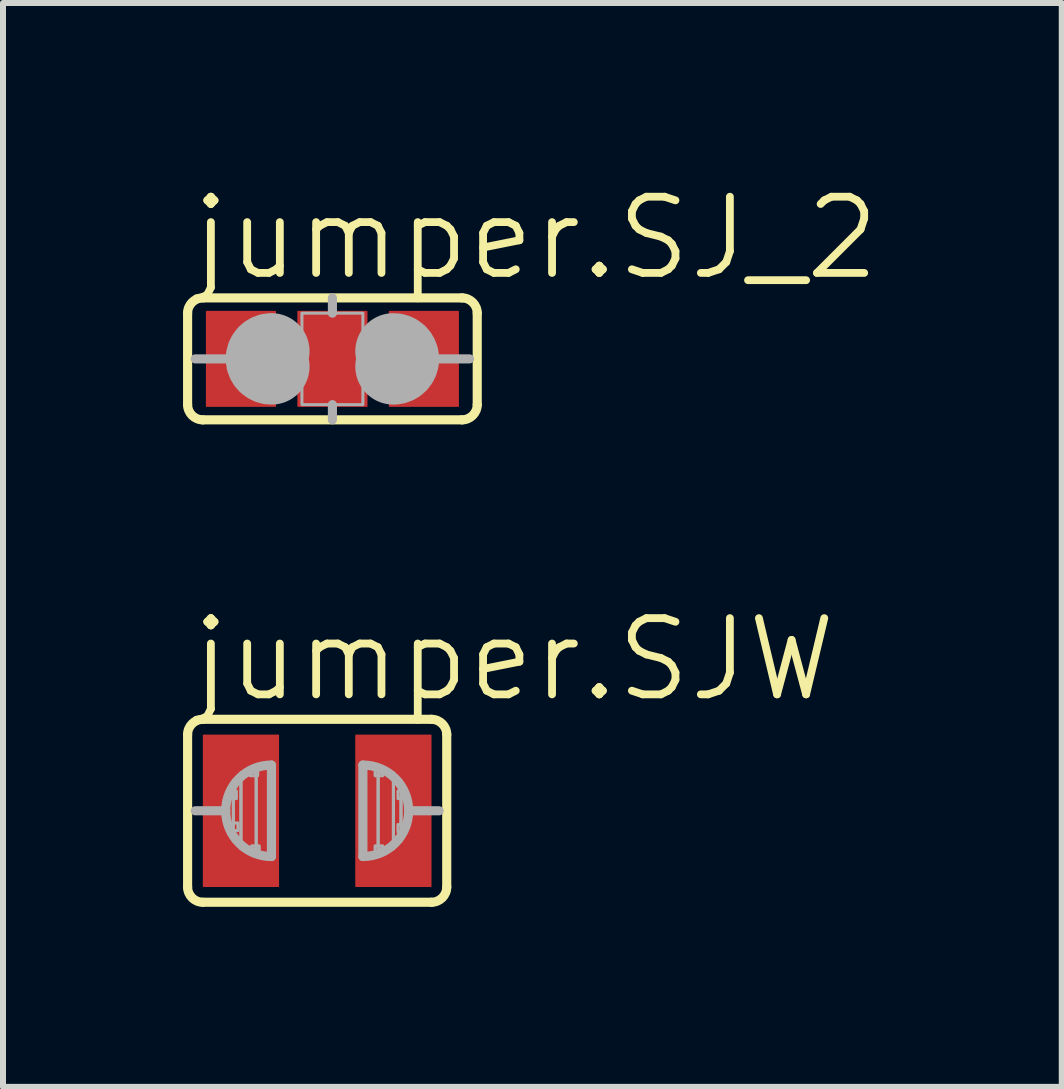
<source format=kicad_pcb>
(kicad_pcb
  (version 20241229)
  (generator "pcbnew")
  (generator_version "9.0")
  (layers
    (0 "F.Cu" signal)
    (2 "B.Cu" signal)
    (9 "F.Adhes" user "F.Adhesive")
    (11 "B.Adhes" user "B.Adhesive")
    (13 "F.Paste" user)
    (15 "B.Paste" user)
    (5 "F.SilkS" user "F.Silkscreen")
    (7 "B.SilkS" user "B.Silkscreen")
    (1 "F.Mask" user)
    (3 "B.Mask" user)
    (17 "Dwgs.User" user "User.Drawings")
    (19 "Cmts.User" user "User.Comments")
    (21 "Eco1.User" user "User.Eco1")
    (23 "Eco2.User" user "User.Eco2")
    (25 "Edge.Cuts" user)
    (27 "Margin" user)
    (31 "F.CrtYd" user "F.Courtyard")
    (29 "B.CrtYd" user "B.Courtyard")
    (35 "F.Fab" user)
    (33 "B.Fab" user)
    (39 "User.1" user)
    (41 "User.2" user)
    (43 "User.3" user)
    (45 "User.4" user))
  (footprint "jumper.SJW"
    (layer "F.Cu")
    (at 2.235 10.46)
    (property "Reference" "jumper.SJW" (at -2.159 -1.778 0) (layer "F.SilkS") (effects (font (size 1.27 1.27) (thickness 0.13)) (justify left bottom)))
    (attr smd)
    (fp_line (start -2.159 1.27) (end -2.159 -1.27) (stroke (width 0.152) (type default)) (layer "F.SilkS"))
    (fp_line (start -1.905 -1.524) (end 1.905 -1.524) (stroke (width 0.152) (type default)) (layer "F.SilkS"))
    (fp_line (start 1.905 1.524) (end -1.905 1.524) (stroke (width 0.152) (type default)) (layer "F.SilkS"))
    (fp_line (start 2.159 1.27) (end 2.159 -1.27) (stroke (width 0.152) (type default)) (layer "F.SilkS"))
    (fp_arc (start -2.159 -1.27) (mid -2.084605 -1.449605) (end -1.905 -1.524) (stroke (width 0.1524) (type default)) (layer "F.SilkS"))
    (fp_arc (start -1.905 1.524) (mid -2.084605 1.449605) (end -2.159 1.27) (stroke (width 0.1524) (type default)) (layer "F.SilkS"))
    (fp_arc (start 1.905 -1.524) (mid 2.084605 -1.449605) (end 2.159 -1.27) (stroke (width 0.1524) (type default)) (layer "F.SilkS"))
    (fp_arc (start 2.159 1.27) (mid 2.084605 1.449605) (end 1.905 1.524) (stroke (width 0.1524) (type default)) (layer "F.SilkS"))
    (fp_line (start -1.524 0) (end -2.032 0) (stroke (width 0.152) (type default)) (layer "F.Fab"))
    (fp_line (start -0.762 -0.762) (end -0.762 0.762) (stroke (width 0.152) (type default)) (layer "F.Fab"))
    (fp_line (start 0.762 -0.762) (end 0.762 0.762) (stroke (width 0.152) (type default)) (layer "F.Fab"))
    (fp_line (start 1.524 0) (end 2.032 0) (stroke (width 0.152) (type default)) (layer "F.Fab"))
    (fp_rect (start -1.524 0.254) (end -1.397 -0.254) (stroke (width 0.05) (type default)) (fill no) (layer "F.Fab"))
    (fp_rect (start -1.473 -0.203) (end -1.346 -0.33) (stroke (width 0.05) (type default)) (fill no) (layer "F.Fab"))
    (fp_rect (start -1.448 0.33) (end -1.321 0.203) (stroke (width 0.05) (type default)) (fill no) (layer "F.Fab"))
    (fp_rect (start -1.397 0.508) (end -1.27 -0.508) (stroke (width 0.05) (type default)) (fill no) (layer "F.Fab"))
    (fp_rect (start -1.27 0.635) (end -1.016 -0.635) (stroke (width 0.05) (type default)) (fill no) (layer "F.Fab"))
    (fp_rect (start -1.118 -0.584) (end -0.991 -0.711) (stroke (width 0.05) (type default)) (fill no) (layer "F.Fab"))
    (fp_rect (start -1.092 0.711) (end -0.965 0.584) (stroke (width 0.05) (type default)) (fill no) (layer "F.Fab"))
    (fp_rect (start -1.016 0.762) (end -0.762 -0.762) (stroke (width 0.05) (type default)) (fill no) (layer "F.Fab"))
    (fp_rect (start 0.762 0.762) (end 1.016 -0.762) (stroke (width 0.05) (type default)) (fill no) (layer "F.Fab"))
    (fp_rect (start 0.965 -0.584) (end 1.092 -0.711) (stroke (width 0.05) (type default)) (fill no) (layer "F.Fab"))
    (fp_rect (start 0.965 0.711) (end 1.092 0.584) (stroke (width 0.05) (type default)) (fill no) (layer "F.Fab"))
    (fp_rect (start 1.016 0.635) (end 1.27 -0.635) (stroke (width 0.05) (type default)) (fill no) (layer "F.Fab"))
    (fp_rect (start 1.27 0.508) (end 1.397 -0.508) (stroke (width 0.05) (type default)) (fill no) (layer "F.Fab"))
    (fp_rect (start 1.346 -0.203) (end 1.473 -0.33) (stroke (width 0.05) (type default)) (fill no) (layer "F.Fab"))
    (fp_rect (start 1.346 0.356) (end 1.473 0.229) (stroke (width 0.05) (type default)) (fill no) (layer "F.Fab"))
    (fp_rect (start 1.397 0.254) (end 1.524 -0.254) (stroke (width 0.05) (type default)) (fill no) (layer "F.Fab"))
    (fp_arc (start -0.762 0.762) (mid -1.524 0) (end -0.762 -0.762) (stroke (width 0.1524) (type default)) (layer "F.Fab"))
    (fp_arc (start 0.762 -0.762) (mid 1.524 0) (end 0.762 0.762) (stroke (width 0.1524) (type default)) (layer "F.Fab"))
    (pad "1" smd roundrect (at -1.27 0) (size 1.27 2.54) (layers "F.Cu" "F.Mask" "F.Paste") (roundrect_rratio 0.01))
    (pad "2" smd roundrect (at 1.27 0) (size 1.27 2.54) (layers "F.Cu" "F.Mask" "F.Paste") (roundrect_rratio 0.01)))
  (footprint "jumper.SJ_2"
    (layer "F.Cu")
    (at 2.489 2.93)
    (property "Reference" "jumper.SJ_2" (at -2.413 -1.27 0) (layer "F.SilkS") (effects (font (size 1.27 1.27) (thickness 0.13)) (justify left bottom)))
    (attr smd)
    (fp_line (start -2.413 0.762) (end -2.413 -0.762) (stroke (width 0.152) (type default)) (layer "F.SilkS"))
    (fp_line (start -2.159 -1.016) (end 2.159 -1.016) (stroke (width 0.152) (type default)) (layer "F.SilkS"))
    (fp_line (start 2.159 1.016) (end -2.159 1.016) (stroke (width 0.152) (type default)) (layer "F.SilkS"))
    (fp_line (start 2.413 0.762) (end 2.413 -0.762) (stroke (width 0.152) (type default)) (layer "F.SilkS"))
    (fp_arc (start -2.413 -0.762) (mid -2.338605 -0.941605) (end -2.159 -1.016) (stroke (width 0.1524) (type default)) (layer "F.SilkS"))
    (fp_arc (start -2.159 1.016) (mid -2.338605 0.941605) (end -2.413 0.762) (stroke (width 0.1524) (type default)) (layer "F.SilkS"))
    (fp_arc (start 2.159 -1.016) (mid 2.338605 -0.941605) (end 2.413 -0.762) (stroke (width 0.1524) (type default)) (layer "F.SilkS"))
    (fp_arc (start 2.413 0.762) (mid 2.338605 0.941605) (end 2.159 1.016) (stroke (width 0.1524) (type default)) (layer "F.SilkS"))
    (fp_line (start -1.778 0) (end -2.286 0) (stroke (width 0.152) (type default)) (layer "F.Fab"))
    (fp_line (start 0 -0.762) (end 0 -1.016) (stroke (width 0.152) (type default)) (layer "F.Fab"))
    (fp_line (start 0 1.016) (end 0 0.762) (stroke (width 0.152) (type default)) (layer "F.Fab"))
    (fp_line (start 1.778 0) (end 2.286 0) (stroke (width 0.152) (type default)) (layer "F.Fab"))
    (fp_rect (start -0.508 0.762) (end 0.508 -0.762) (stroke (width 0.05) (type default)) (fill no) (layer "F.Fab"))
    (fp_arc (start -1.016 0.127) (mid -1.143 0) (end -1.016 -0.127) (stroke (width 1.27) (type default)) (layer "F.Fab"))
    (fp_arc (start 1.016 -0.127) (mid 1.143 0) (end 1.016 0.127) (stroke (width 1.27) (type default)) (layer "F.Fab"))
    (pad "1" smd roundrect (at -1.524 0) (size 1.168 1.6) (layers "F.Cu" "F.Mask" "F.Paste") (roundrect_rratio 0.01))
    (pad "2" smd roundrect (at 0 0) (size 1.168 1.6) (layers "F.Cu" "F.Mask" "F.Paste") (roundrect_rratio 0.01))
    (pad "3" smd roundrect (at 1.524 0) (size 1.168 1.6) (layers "F.Cu" "F.Mask" "F.Paste") (roundrect_rratio 0.01)))
  (gr_rect
    (start -3 -3)
    (end 14.642 15.06)
    (stroke (width 0.1) (type default))
    (fill no)
    (layer "Edge.Cuts")))
</source>
